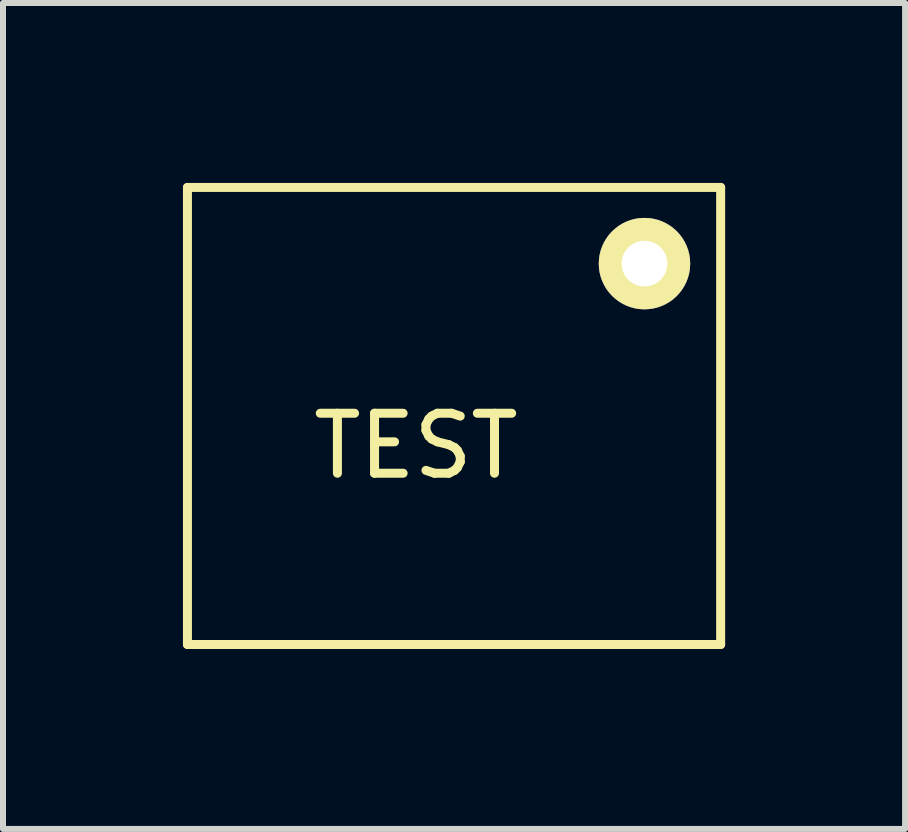
<source format=kicad_pcb>
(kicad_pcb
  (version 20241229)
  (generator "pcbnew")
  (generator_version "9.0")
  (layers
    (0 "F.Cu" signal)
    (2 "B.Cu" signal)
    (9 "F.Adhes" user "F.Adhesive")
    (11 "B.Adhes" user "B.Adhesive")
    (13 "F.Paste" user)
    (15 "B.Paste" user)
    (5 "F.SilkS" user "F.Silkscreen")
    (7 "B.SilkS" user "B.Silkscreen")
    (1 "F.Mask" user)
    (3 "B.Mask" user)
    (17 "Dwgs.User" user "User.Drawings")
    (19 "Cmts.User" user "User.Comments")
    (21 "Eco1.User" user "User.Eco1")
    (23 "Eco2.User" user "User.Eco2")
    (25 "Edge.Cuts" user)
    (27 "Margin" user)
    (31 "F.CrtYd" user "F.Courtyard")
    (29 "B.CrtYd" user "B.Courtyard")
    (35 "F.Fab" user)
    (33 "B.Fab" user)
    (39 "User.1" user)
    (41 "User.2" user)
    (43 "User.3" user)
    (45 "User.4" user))
  (footprint "TEST"
    (layer "F.Cu")
    (at 3.885 3.885)
    (property "Reference" "TEST" (at 0 0.5 0) (layer "F.SilkS") (effects (font (size 1 1) (thickness 0.15))))
    (attr through_hole)
    (fp_line (start -3.81 -3.81) (end 5.08 -3.81) (stroke (width 0.15) (type solid)) (layer "F.SilkS"))
    (fp_line (start -3.81 3.81) (end -3.81 -3.81) (stroke (width 0.15) (type solid)) (layer "F.SilkS"))
    (fp_line (start 5.08 -3.81) (end 5.08 3.81) (stroke (width 0.15) (type solid)) (layer "F.SilkS"))
    (fp_line (start 5.08 3.81) (end -3.81 3.81) (stroke (width 0.15) (type solid)) (layer "F.SilkS"))
    (pad "1" thru_hole circle (at 3.81 -2.54) (size 1.524 1.524) (drill 0.762) (layers "*.Cu" "*.Mask" "F.SilkS")))
  (gr_rect
    (start -3 -3)
    (end 12.04 10.77)
    (stroke (width 0.1) (type default))
    (fill no)
    (layer "Edge.Cuts")))
</source>
